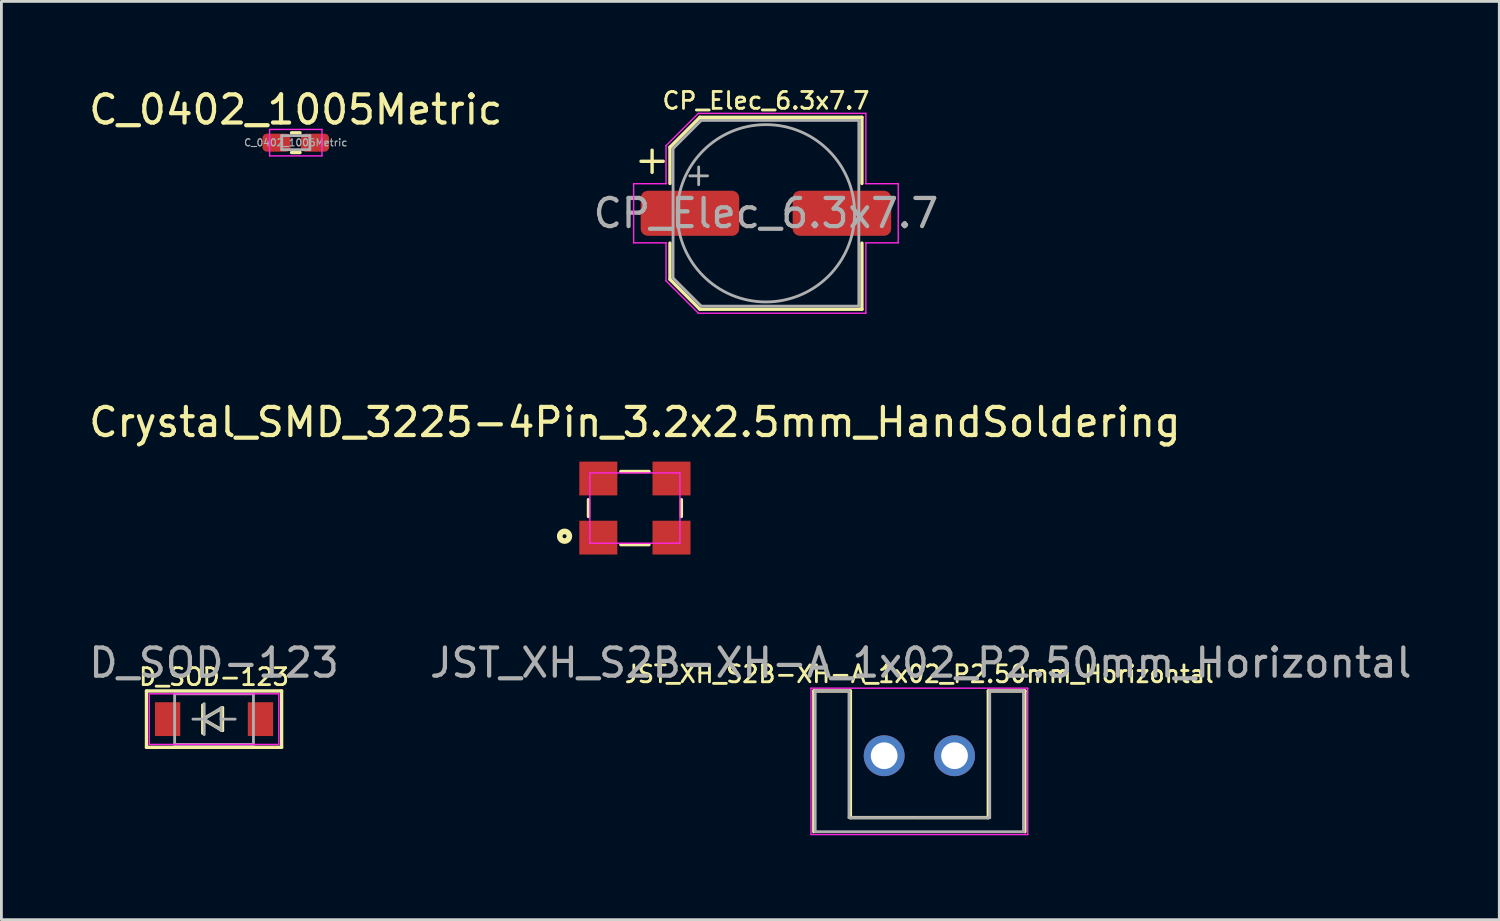
<source format=kicad_pcb>
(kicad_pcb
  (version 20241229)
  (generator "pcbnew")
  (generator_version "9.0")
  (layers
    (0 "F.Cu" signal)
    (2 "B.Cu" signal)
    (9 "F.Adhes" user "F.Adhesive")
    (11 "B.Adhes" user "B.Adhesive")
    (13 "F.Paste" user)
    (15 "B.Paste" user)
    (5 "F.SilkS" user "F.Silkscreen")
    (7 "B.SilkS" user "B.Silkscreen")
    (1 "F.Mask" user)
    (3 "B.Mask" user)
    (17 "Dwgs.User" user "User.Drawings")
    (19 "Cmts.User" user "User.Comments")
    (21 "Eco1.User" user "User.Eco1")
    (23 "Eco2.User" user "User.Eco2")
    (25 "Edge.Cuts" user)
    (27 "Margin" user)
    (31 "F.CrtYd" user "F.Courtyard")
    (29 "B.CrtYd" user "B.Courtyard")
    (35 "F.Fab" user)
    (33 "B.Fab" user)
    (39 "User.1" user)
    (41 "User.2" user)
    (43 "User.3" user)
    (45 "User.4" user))
  (footprint "JST_XH_S2B-XH-A_1x02_P2.50mm_Horizontal"
    (layer "F.Cu")
    (at 28.361 23.798)
    (property "Reference" "JST_XH_S2B-XH-A_1x02_P2.50mm_Horizontal" (at 1.25 -2.9 0) (layer "F.SilkS") (effects (font (size 0.6 0.6) (thickness 0.1))))
    (attr through_hole)
    (fp_line (start -2.5 -2.3) (end -1.2 -2.3) (stroke (width 0.12) (type solid)) (layer "F.SilkS"))
    (fp_line (start -2.5 2.7) (end -2.5 -2.3) (stroke (width 0.12) (type solid)) (layer "F.SilkS"))
    (fp_line (start -1.2 -2.3) (end -1.2 2.2) (stroke (width 0.12) (type solid)) (layer "F.SilkS"))
    (fp_line (start -1.2 2.2) (end 3.7 2.2) (stroke (width 0.12) (type solid)) (layer "F.SilkS"))
    (fp_line (start 3.7 -2.3) (end 3.7 2.2) (stroke (width 0.12) (type solid)) (layer "F.SilkS"))
    (fp_line (start 5 -2.3) (end 3.7 -2.3) (stroke (width 0.12) (type solid)) (layer "F.SilkS"))
    (fp_line (start 5 2.7) (end 5 -2.3) (stroke (width 0.12) (type solid)) (layer "F.SilkS"))
    (fp_line (start -2.6 -2.4) (end -2.6 2.8) (stroke (width 0.05) (type solid)) (layer "F.CrtYd"))
    (fp_line (start -2.6 2.8) (end 5.1 2.8) (stroke (width 0.05) (type solid)) (layer "F.CrtYd"))
    (fp_line (start 5.1 -2.4) (end -2.6 -2.4) (stroke (width 0.05) (type solid)) (layer "F.CrtYd"))
    (fp_line (start 5.1 2.8) (end 5.1 -2.4) (stroke (width 0.05) (type solid)) (layer "F.CrtYd"))
    (fp_line (start -2.45 -2.3) (end -1.25 -2.3) (stroke (width 0.1) (type solid)) (layer "F.Fab"))
    (fp_line (start -2.45 2.7) (end -2.45 -2.3) (stroke (width 0.1) (type solid)) (layer "F.Fab"))
    (fp_line (start -1.25 -2.3) (end -1.25 2.2) (stroke (width 0.1) (type solid)) (layer "F.Fab"))
    (fp_line (start -1.25 2.2) (end 1.25 2.2) (stroke (width 0.1) (type solid)) (layer "F.Fab"))
    (fp_line (start 3.75 -2.3) (end 3.75 2.2) (stroke (width 0.1) (type solid)) (layer "F.Fab"))
    (fp_line (start 3.75 2.2) (end 1.25 2.2) (stroke (width 0.1) (type solid)) (layer "F.Fab"))
    (fp_line (start 4.95 -2.3) (end 3.75 -2.3) (stroke (width 0.1) (type solid)) (layer "F.Fab"))
    (fp_line (start 4.95 2.7) (end -2.45 2.7) (stroke (width 0.1) (type solid)) (layer "F.Fab"))
    (fp_line (start 4.95 2.7) (end 4.95 -2.3) (stroke (width 0.1) (type solid)) (layer "F.Fab"))
    (fp_text user "${REFERENCE}" (at 1.3 -3.3 0) (layer "F.Fab") (effects (font (size 1 1) (thickness 0.15))))
    (pad "1" thru_hole oval (at 2.5 0) (size 1.45 1.45) (drill 0.95) (layers "*.Cu" "*.Mask"))
    (pad "2" thru_hole oval (at 0 0) (size 1.45 1.45) (drill 0.95) (layers "*.Cu" "*.Mask")))
  (footprint "D_SOD-123"
    (layer "F.Cu")
    (at 4.554 22.498)
    (property "Reference" "D_SOD-123" (at 0 -1.5 0) (layer "F.SilkS") (effects (font (size 0.6 0.6) (thickness 0.1))))
    (attr smd)
    (fp_line (start -2.4 -1) (end -2.4 1) (stroke (width 0.12) (type solid)) (layer "F.SilkS"))
    (fp_line (start -2.4 -1) (end 2.4 -1) (stroke (width 0.12) (type solid)) (layer "F.SilkS"))
    (fp_line (start -2.4 1) (end 2.4 1) (stroke (width 0.12) (type solid)) (layer "F.SilkS"))
    (fp_line (start -0.4 -0.5) (end -0.4 0.5) (stroke (width 0.12) (type solid)) (layer "F.SilkS"))
    (fp_line (start -0.4 0) (end 0.3 -0.4) (stroke (width 0.12) (type solid)) (layer "F.SilkS"))
    (fp_line (start 0.3 -0.4) (end 0.3 0.4) (stroke (width 0.12) (type solid)) (layer "F.SilkS"))
    (fp_line (start 0.3 0.4) (end -0.4 0) (stroke (width 0.12) (type solid)) (layer "F.SilkS"))
    (fp_line (start 2.4 -1) (end 2.4 1) (stroke (width 0.12) (type solid)) (layer "F.SilkS"))
    (fp_line (start -2.3 -0.9) (end -2.3 0.9) (stroke (width 0.05) (type solid)) (layer "F.CrtYd"))
    (fp_line (start -2.3 -0.9) (end 2.3 -0.9) (stroke (width 0.05) (type solid)) (layer "F.CrtYd"))
    (fp_line (start 2.3 -0.9) (end 2.3 0.9) (stroke (width 0.05) (type solid)) (layer "F.CrtYd"))
    (fp_line (start 2.3 0.9) (end -2.3 0.9) (stroke (width 0.05) (type solid)) (layer "F.CrtYd"))
    (fp_line (start -1.4 -0.9) (end 1.4 -0.9) (stroke (width 0.1) (type solid)) (layer "F.Fab"))
    (fp_line (start -1.4 0.9) (end -1.4 -0.9) (stroke (width 0.1) (type solid)) (layer "F.Fab"))
    (fp_line (start -0.75 0) (end -0.35 0) (stroke (width 0.1) (type solid)) (layer "F.Fab"))
    (fp_line (start -0.35 0) (end -0.35 -0.55) (stroke (width 0.1) (type solid)) (layer "F.Fab"))
    (fp_line (start -0.35 0) (end -0.35 0.55) (stroke (width 0.1) (type solid)) (layer "F.Fab"))
    (fp_line (start -0.35 0) (end 0.25 -0.4) (stroke (width 0.1) (type solid)) (layer "F.Fab"))
    (fp_line (start 0.25 -0.4) (end 0.25 0.4) (stroke (width 0.1) (type solid)) (layer "F.Fab"))
    (fp_line (start 0.25 0) (end 0.75 0) (stroke (width 0.1) (type solid)) (layer "F.Fab"))
    (fp_line (start 0.25 0.4) (end -0.35 0) (stroke (width 0.1) (type solid)) (layer "F.Fab"))
    (fp_line (start 1.4 -0.9) (end 1.4 0.9) (stroke (width 0.1) (type solid)) (layer "F.Fab"))
    (fp_line (start 1.4 0.9) (end -1.4 0.9) (stroke (width 0.1) (type solid)) (layer "F.Fab"))
    (fp_text user "${REFERENCE}" (at 0 -2 0) (layer "F.Fab") (effects (font (size 1 1) (thickness 0.15))))
    (pad "1" smd rect (at -1.65 0) (size 0.9 1.2) (layers "F.Cu" "F.Mask" "F.Paste"))
    (pad "2" smd rect (at 1.65 0) (size 0.9 1.2) (layers "F.Cu" "F.Mask" "F.Paste")))
  (footprint "C_0402_1005Metric"
    (layer "F.Cu")
    (at 7.458 2.018)
    (property "Reference" "C_0402_1005Metric" (at 0 -1.17 0) (layer "F.SilkS") (effects (font (size 1 1) (thickness 0.15))))
    (attr smd)
    (fp_line (start -0.15 -0.35) (end 0.15 -0.35) (stroke (width 0.12) (type solid)) (layer "F.SilkS"))
    (fp_line (start -0.15 0.35) (end 0.15 0.35) (stroke (width 0.12) (type solid)) (layer "F.SilkS"))
    (fp_line (start -0.93 -0.47) (end 0.93 -0.47) (stroke (width 0.05) (type solid)) (layer "F.CrtYd"))
    (fp_line (start -0.93 0.47) (end -0.93 -0.47) (stroke (width 0.05) (type solid)) (layer "F.CrtYd"))
    (fp_line (start 0.93 -0.47) (end 0.93 0.47) (stroke (width 0.05) (type solid)) (layer "F.CrtYd"))
    (fp_line (start 0.93 0.47) (end -0.93 0.47) (stroke (width 0.05) (type solid)) (layer "F.CrtYd"))
    (fp_line (start -0.5 -0.25) (end 0.5 -0.25) (stroke (width 0.1) (type solid)) (layer "F.Fab"))
    (fp_line (start -0.5 0.25) (end -0.5 -0.25) (stroke (width 0.1) (type solid)) (layer "F.Fab"))
    (fp_line (start 0.5 -0.25) (end 0.5 0.25) (stroke (width 0.1) (type solid)) (layer "F.Fab"))
    (fp_line (start 0.5 0.25) (end -0.5 0.25) (stroke (width 0.1) (type solid)) (layer "F.Fab"))
    (fp_text user "${REFERENCE}" (at 0 0 0) (layer "F.Fab") (effects (font (size 0.25 0.25) (thickness 0.04))))
    (pad "1" smd roundrect (at -0.685 0) (size 1 0.64) (layers "F.Cu" "F.Mask" "F.Paste") (roundrect_rratio 0.25))
    (pad "2" smd roundrect (at 0.685 0) (size 1 0.64) (layers "F.Cu" "F.Mask" "F.Paste") (roundrect_rratio 0.25)))
  (footprint "CP_Elec_6.3x7.7"
    (layer "F.Cu")
    (at 24.161 4.527)
    (property "Reference" "CP_Elec_6.3x7.7" (at 0 -4 0) (layer "F.SilkS") (effects (font (size 0.6 0.6) (thickness 0.1))))
    (attr smd)
    (fp_line (start -4.438 -1.847) (end -3.65 -1.847) (stroke (width 0.12) (type solid)) (layer "F.SilkS"))
    (fp_line (start -4.044 -2.241) (end -4.044 -1.454) (stroke (width 0.12) (type solid)) (layer "F.SilkS"))
    (fp_line (start -3.41 -2.346) (end -3.41 -1.06) (stroke (width 0.12) (type solid)) (layer "F.SilkS"))
    (fp_line (start -3.41 -2.346) (end -2.346 -3.41) (stroke (width 0.12) (type solid)) (layer "F.SilkS"))
    (fp_line (start -3.41 2.346) (end -3.41 1.06) (stroke (width 0.12) (type solid)) (layer "F.SilkS"))
    (fp_line (start -3.41 2.346) (end -2.346 3.41) (stroke (width 0.12) (type solid)) (layer "F.SilkS"))
    (fp_line (start -2.346 -3.41) (end 3.41 -3.41) (stroke (width 0.12) (type solid)) (layer "F.SilkS"))
    (fp_line (start -2.346 3.41) (end 3.41 3.41) (stroke (width 0.12) (type solid)) (layer "F.SilkS"))
    (fp_line (start 3.41 -3.41) (end 3.41 -1.06) (stroke (width 0.12) (type solid)) (layer "F.SilkS"))
    (fp_line (start 3.41 3.41) (end 3.41 1.06) (stroke (width 0.12) (type solid)) (layer "F.SilkS"))
    (fp_line (start -4.7 -1.05) (end -4.7 1.05) (stroke (width 0.05) (type solid)) (layer "F.CrtYd"))
    (fp_line (start -4.7 1.05) (end -3.55 1.05) (stroke (width 0.05) (type solid)) (layer "F.CrtYd"))
    (fp_line (start -3.55 -2.4) (end -3.55 -1.05) (stroke (width 0.05) (type solid)) (layer "F.CrtYd"))
    (fp_line (start -3.55 -2.4) (end -2.4 -3.55) (stroke (width 0.05) (type solid)) (layer "F.CrtYd"))
    (fp_line (start -3.55 -1.05) (end -4.7 -1.05) (stroke (width 0.05) (type solid)) (layer "F.CrtYd"))
    (fp_line (start -3.55 1.05) (end -3.55 2.4) (stroke (width 0.05) (type solid)) (layer "F.CrtYd"))
    (fp_line (start -3.55 2.4) (end -2.4 3.55) (stroke (width 0.05) (type solid)) (layer "F.CrtYd"))
    (fp_line (start -2.4 -3.55) (end 3.55 -3.55) (stroke (width 0.05) (type solid)) (layer "F.CrtYd"))
    (fp_line (start -2.4 3.55) (end 3.55 3.55) (stroke (width 0.05) (type solid)) (layer "F.CrtYd"))
    (fp_line (start 3.55 -3.55) (end 3.55 -1.05) (stroke (width 0.05) (type solid)) (layer "F.CrtYd"))
    (fp_line (start 3.55 -1.05) (end 4.7 -1.05) (stroke (width 0.05) (type solid)) (layer "F.CrtYd"))
    (fp_line (start 3.55 1.05) (end 3.55 3.55) (stroke (width 0.05) (type solid)) (layer "F.CrtYd"))
    (fp_line (start 4.7 -1.05) (end 4.7 1.05) (stroke (width 0.05) (type solid)) (layer "F.CrtYd"))
    (fp_line (start 4.7 1.05) (end 3.55 1.05) (stroke (width 0.05) (type solid)) (layer "F.CrtYd"))
    (fp_line (start -3.3 -2.3) (end -3.3 2.3) (stroke (width 0.1) (type solid)) (layer "F.Fab"))
    (fp_line (start -3.3 -2.3) (end -2.3 -3.3) (stroke (width 0.1) (type solid)) (layer "F.Fab"))
    (fp_line (start -3.3 2.3) (end -2.3 3.3) (stroke (width 0.1) (type solid)) (layer "F.Fab"))
    (fp_line (start -2.705 -1.33) (end -2.075 -1.33) (stroke (width 0.1) (type solid)) (layer "F.Fab"))
    (fp_line (start -2.39 -1.645) (end -2.39 -1.015) (stroke (width 0.1) (type solid)) (layer "F.Fab"))
    (fp_line (start -2.3 -3.3) (end 3.3 -3.3) (stroke (width 0.1) (type solid)) (layer "F.Fab"))
    (fp_line (start -2.3 3.3) (end 3.3 3.3) (stroke (width 0.1) (type solid)) (layer "F.Fab"))
    (fp_line (start 3.3 -3.3) (end 3.3 3.3) (stroke (width 0.1) (type solid)) (layer "F.Fab"))
    (fp_circle (center 0 0) (end 3.15 0) (stroke (width 0.1) (type solid)) (fill no) (layer "F.Fab"))
    (fp_text user "${REFERENCE}" (at 0 0 0) (layer "F.Fab") (effects (font (size 1 1) (thickness 0.15))))
    (pad "1" smd roundrect (at -2.7 0) (size 3.5 1.6) (layers "F.Cu" "F.Mask" "F.Paste") (roundrect_rratio 0.156))
    (pad "2" smd roundrect (at 2.7 0) (size 3.5 1.6) (layers "F.Cu" "F.Mask" "F.Paste") (roundrect_rratio 0.156)))
  (footprint "Crystal_SMD_3225-4Pin_3.2x2.5mm_HandSoldering"
    (layer "F.Cu")
    (at 19.506 15)
    (property "Reference" "Crystal_SMD_3225-4Pin_3.2x2.5mm_HandSoldering" (at 0 -3.05 0) (layer "F.SilkS") (effects (font (size 1 1) (thickness 0.15))))
    (attr smd)
    (fp_line (start -1.65 -0.3) (end -1.65 0.3) (stroke (width 0.12) (type solid)) (layer "F.SilkS"))
    (fp_line (start -0.5 1.3) (end 0.5 1.3) (stroke (width 0.12) (type solid)) (layer "F.SilkS"))
    (fp_line (start 0.5 -1.3) (end -0.5 -1.3) (stroke (width 0.12) (type solid)) (layer "F.SilkS"))
    (fp_line (start 1.65 0.3) (end 1.65 -0.3) (stroke (width 0.12) (type solid)) (layer "F.SilkS"))
    (fp_circle (center -2.5 1) (end -2.429 1) (stroke (width 0.2) (type solid)) (fill no) (layer "F.SilkS"))
    (fp_line (start -1.6 -1.25) (end -1.6 1.25) (stroke (width 0.05) (type solid)) (layer "F.CrtYd"))
    (fp_line (start -1.6 1.25) (end 1.6 1.25) (stroke (width 0.05) (type solid)) (layer "F.CrtYd"))
    (fp_line (start 1.6 -1.25) (end -1.6 -1.25) (stroke (width 0.05) (type solid)) (layer "F.CrtYd"))
    (fp_line (start 1.6 1.25) (end 1.6 -1.25) (stroke (width 0.05) (type solid)) (layer "F.CrtYd"))
    (pad "1" smd rect (at -1.3 1.05) (size 1.35 1.2) (layers "F.Cu" "F.Mask" "F.Paste"))
    (pad "2" smd rect (at 1.3 1.05) (size 1.35 1.2) (layers "F.Cu" "F.Mask" "F.Paste"))
    (pad "3" smd rect (at 1.3 -1.05) (size 1.35 1.2) (layers "F.Cu" "F.Mask" "F.Paste"))
    (pad "4" smd rect (at -1.3 -1.05) (size 1.35 1.2) (layers "F.Cu" "F.Mask" "F.Paste")))
  (gr_rect
    (start -3 -3)
    (end 50.214 29.623)
    (stroke (width 0.1) (type default))
    (fill no)
    (layer "Edge.Cuts")))
</source>
